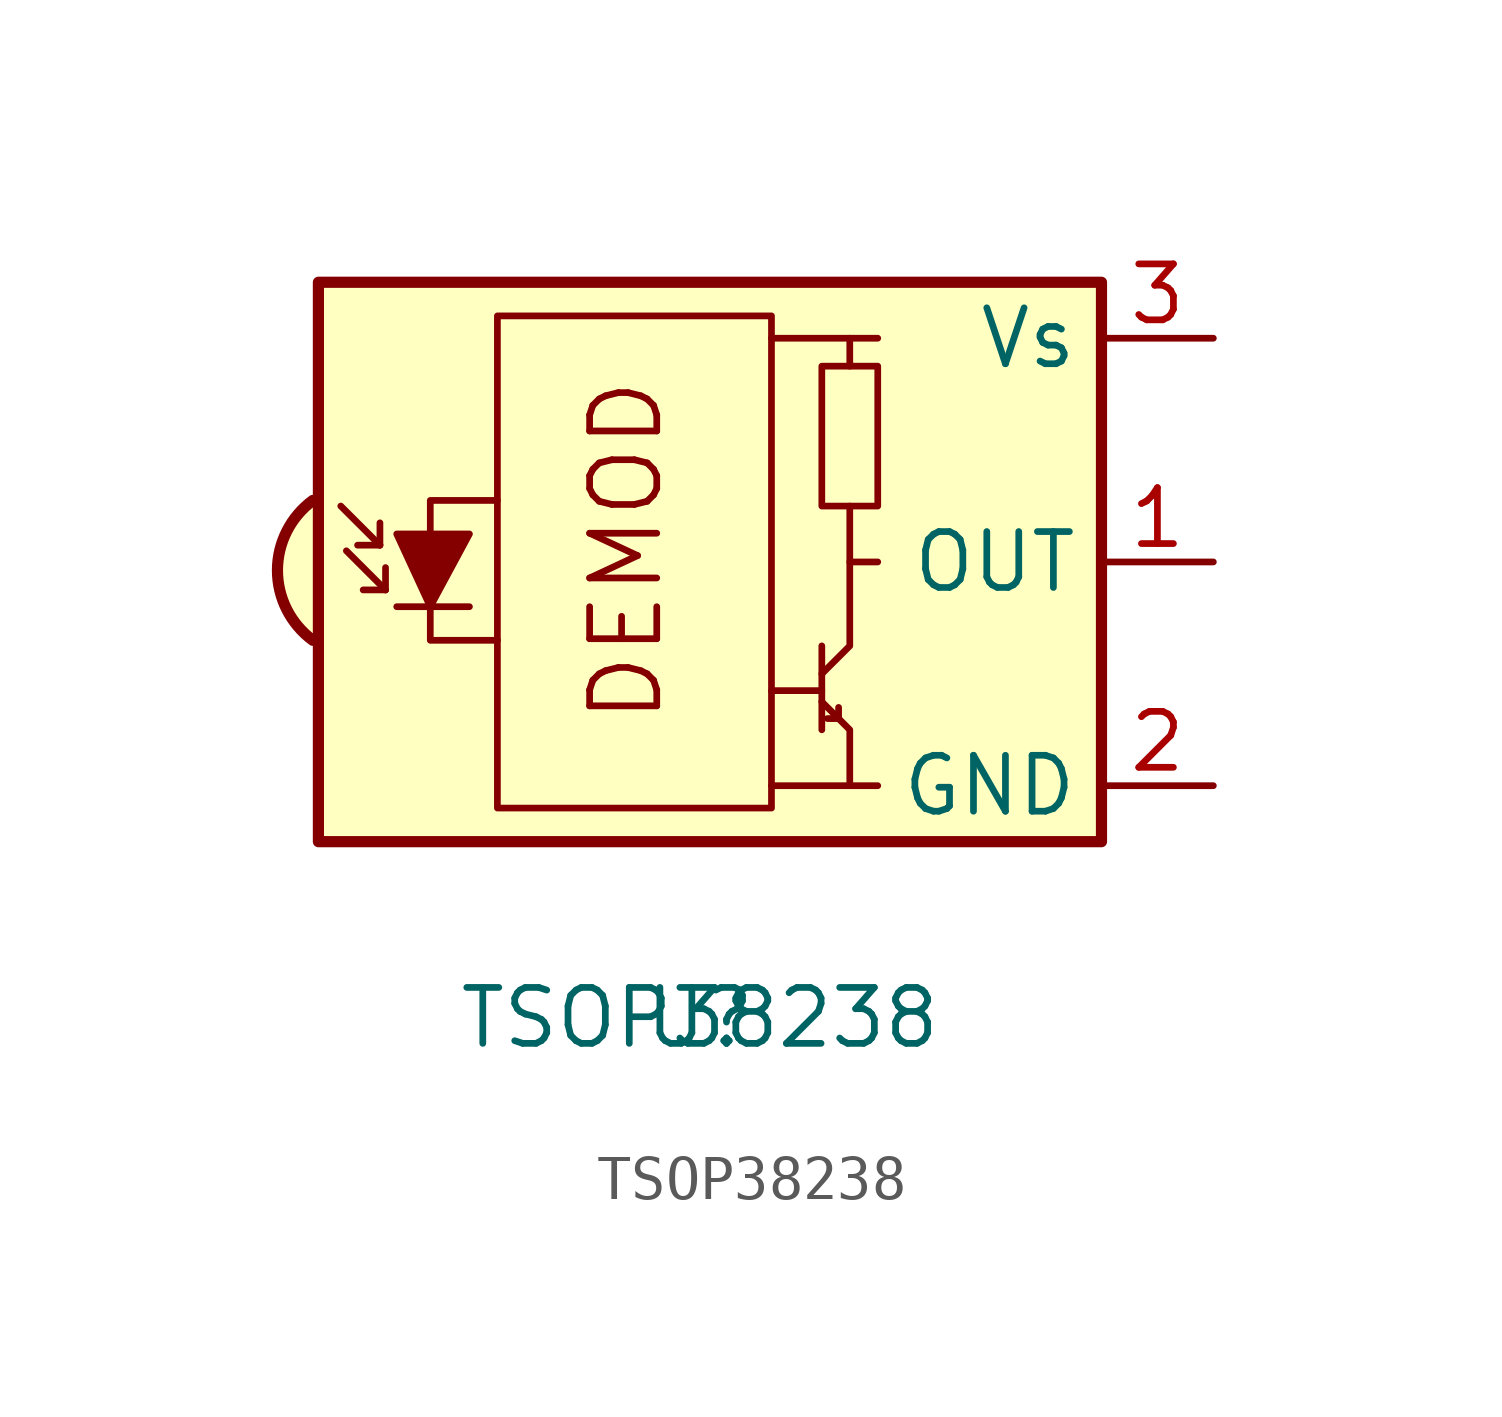
<source format=kicad_sym>
(kicad_symbol_lib
  (version 20211014)
  (generator kicad_symbol_editor)
  (symbol "TSOP38238"
    (property "Reference" "U"
      (at 0 0 0)
      (effects (font (size 1.27 1.27))))
    (property "Value" "TSOP38238"
      (at 0 0 0)
      (effects (font (size 1.27 1.27))))
    (symbol "TSOP38238_0_0"
      (arc (start -8.7879 11.7475) (mid -9.5908 10.16) (end -8.7879 8.5725) (stroke (width 0.254) (type default) (color 0 0 0 0)) (fill (type background)))
      (polyline (pts (xy 3.404 5.271) (xy 1.626 5.271)) (stroke (width 0) (type default) (color 0 0 0 0)) (fill (type none)))
      (polyline (pts (xy 3.404 15.431) (xy 1.626 15.431)) (stroke (width 0) (type default) (color 0 0 0 0)) (fill (type none)))
      (text "DEMOD" (at -1.676 10.604 900) (effects (font (size 1.524 1.524)))))
    (symbol "TSOP38238_0_1"
      (rectangle (start -4.597 15.938) (end 1.626 4.763) (stroke (width 0) (type default) (color 0 0 0 0)) (fill (type none)))
      (polyline (pts (xy -7.264 10.732) (xy -8.153 11.62)) (stroke (width 0) (type default) (color 0 0 0 0)) (fill (type none)))
      (polyline (pts (xy -7.264 10.732) (xy -7.772 10.732)) (stroke (width 0) (type default) (color 0 0 0 0)) (fill (type none)))
      (polyline (pts (xy -7.264 10.732) (xy -7.264 11.239)) (stroke (width 0) (type default) (color 0 0 0 0)) (fill (type none)))
      (polyline (pts (xy -7.137 9.716) (xy -8.026 10.604)) (stroke (width 0) (type default) (color 0 0 0 0)) (fill (type none)))
      (polyline (pts (xy -7.137 9.716) (xy -7.645 9.716)) (stroke (width 0) (type default) (color 0 0 0 0)) (fill (type none)))
      (polyline (pts (xy -7.137 9.716) (xy -7.137 10.223)) (stroke (width 0) (type default) (color 0 0 0 0)) (fill (type none)))
      (polyline (pts (xy -6.883 9.335) (xy -5.232 9.335)) (stroke (width 0) (type default) (color 0 0 0 0)) (fill (type none)))
      (polyline (pts (xy 2.769 7.429) (xy 1.626 7.429)) (stroke (width 0) (type default) (color 0 0 0 0)) (fill (type none)))
      (polyline (pts (xy 2.769 8.445) (xy 2.769 6.54)) (stroke (width 0) (type default) (color 0 0 0 0)) (fill (type none)))
      (polyline (pts (xy 2.896 6.795) (xy 3.023 6.795)) (stroke (width 0) (type default) (color 0 0 0 0)) (fill (type none)))
      (polyline (pts (xy 3.15 6.795) (xy 3.023 6.795)) (stroke (width 0) (type default) (color 0 0 0 0)) (fill (type none)))
      (polyline (pts (xy 3.15 6.795) (xy 3.15 7.048)) (stroke (width 0) (type default) (color 0 0 0 0)) (fill (type none)))
      (polyline (pts (xy 3.404 10.351) (xy 3.404 11.62)) (stroke (width 0) (type default) (color 0 0 0 0)) (fill (type none)))
      (polyline (pts (xy 3.404 14.796) (xy 3.404 15.431) (xy 4.039 15.431)) (stroke (width 0) (type default) (color 0 0 0 0)) (fill (type none)))
      (polyline (pts (xy -6.883 10.986) (xy -5.232 10.986) (xy -6.121 9.335) (xy -6.883 10.986)) (stroke (width 0) (type default) (color 0 0 0 0)) (fill (type outline)))
      (polyline (pts (xy -4.597 11.748) (xy -6.121 11.748) (xy -6.121 8.572) (xy -4.597 8.572)) (stroke (width 0) (type default) (color 0 0 0 0)) (fill (type none)))
      (polyline (pts (xy 2.769 7.176) (xy 3.404 6.54) (xy 3.404 5.271) (xy 4.039 5.271)) (stroke (width 0) (type default) (color 0 0 0 0)) (fill (type none)))
      (polyline (pts (xy 2.769 7.811) (xy 3.404 8.445) (xy 3.404 10.351) (xy 4.039 10.351)) (stroke (width 0) (type default) (color 0 0 0 0)) (fill (type none)))
      (rectangle (start 4.039 11.62) (end 2.769 14.796) (stroke (width 0) (type default) (color 0 0 0 0)) (fill (type none)))
      (rectangle (start 9.119 16.701) (end -8.661 4) (stroke (width 0.254) (type default) (color 0 0 0 0)) (fill (type background))))
    (symbol "TSOP38238_1_1"
      (pin output line (at 11.659 10.351 180) (length 2.54) (name "OUT" (effects (font (size 1.27 1.27)))) (number "1" (effects (font (size 1.27 1.27)))))
      (pin power_in line (at 11.659 5.271 180) (length 2.54) (name "GND" (effects (font (size 1.27 1.27)))) (number "2" (effects (font (size 1.27 1.27)))))
      (pin power_in line (at 11.659 15.431 180) (length 2.54) (name "Vs" (effects (font (size 1.27 1.27)))) (number "3" (effects (font (size 1.27 1.27))))))))
</source>
